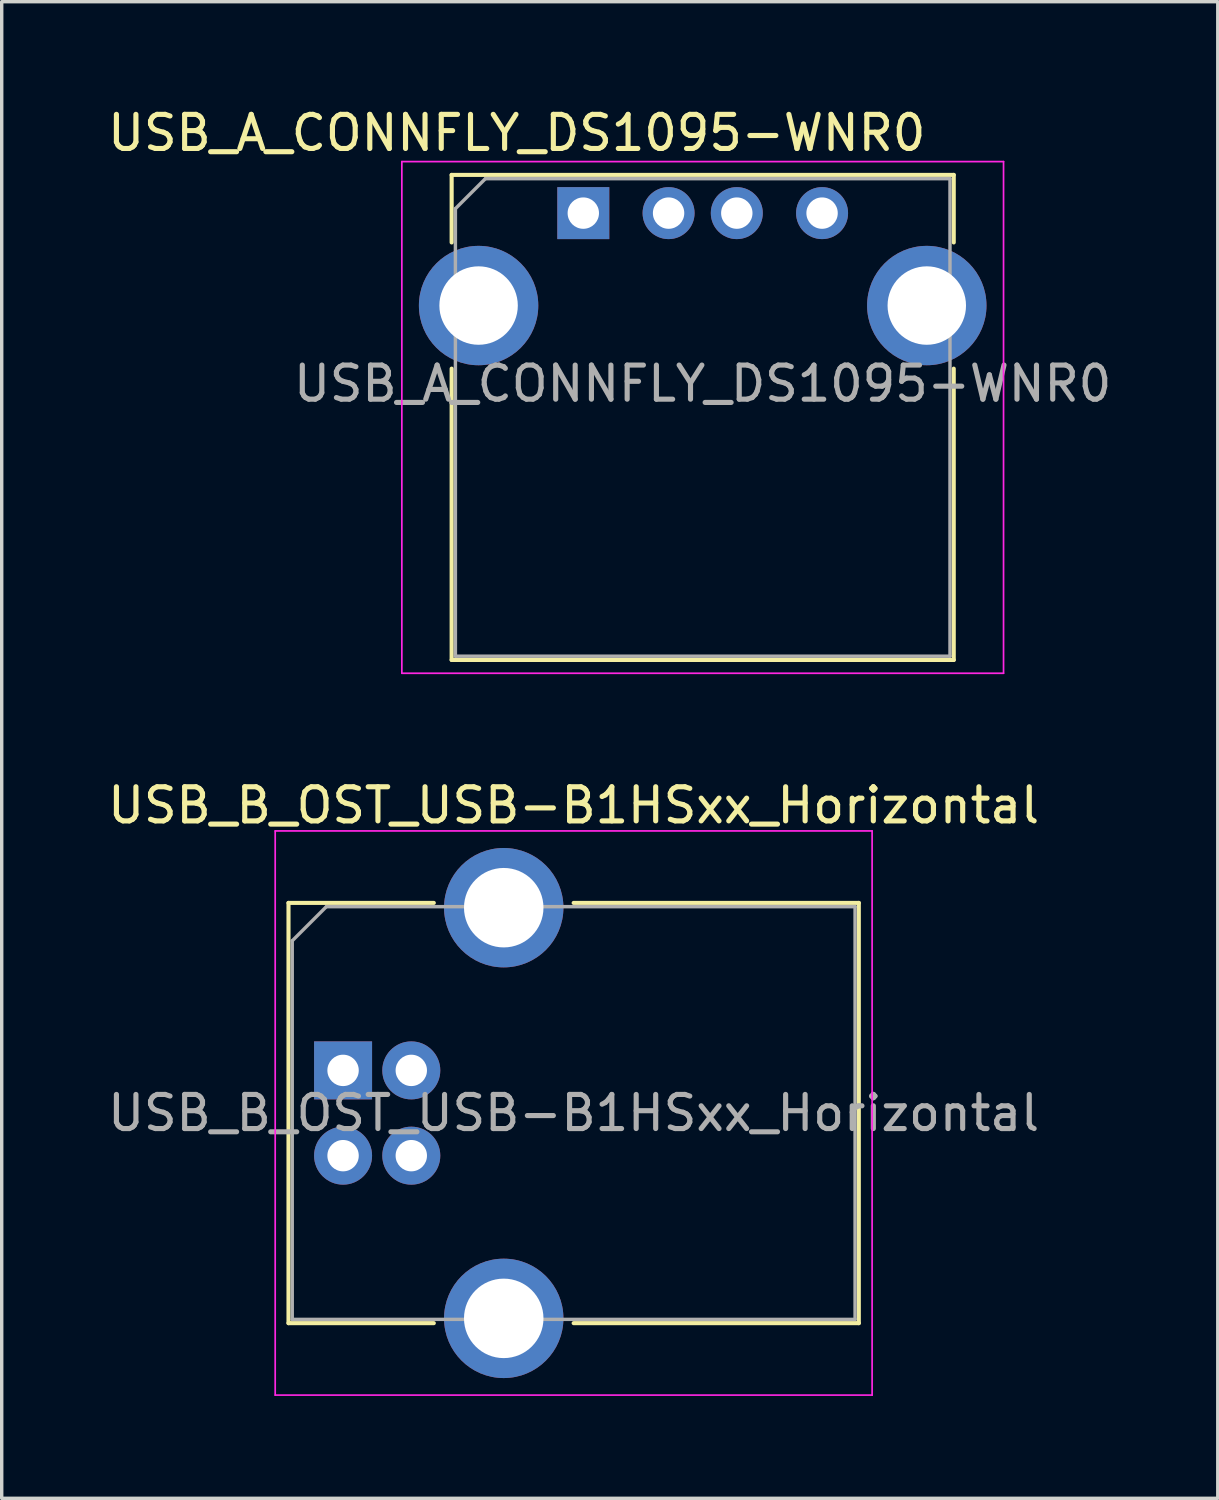
<source format=kicad_pcb>
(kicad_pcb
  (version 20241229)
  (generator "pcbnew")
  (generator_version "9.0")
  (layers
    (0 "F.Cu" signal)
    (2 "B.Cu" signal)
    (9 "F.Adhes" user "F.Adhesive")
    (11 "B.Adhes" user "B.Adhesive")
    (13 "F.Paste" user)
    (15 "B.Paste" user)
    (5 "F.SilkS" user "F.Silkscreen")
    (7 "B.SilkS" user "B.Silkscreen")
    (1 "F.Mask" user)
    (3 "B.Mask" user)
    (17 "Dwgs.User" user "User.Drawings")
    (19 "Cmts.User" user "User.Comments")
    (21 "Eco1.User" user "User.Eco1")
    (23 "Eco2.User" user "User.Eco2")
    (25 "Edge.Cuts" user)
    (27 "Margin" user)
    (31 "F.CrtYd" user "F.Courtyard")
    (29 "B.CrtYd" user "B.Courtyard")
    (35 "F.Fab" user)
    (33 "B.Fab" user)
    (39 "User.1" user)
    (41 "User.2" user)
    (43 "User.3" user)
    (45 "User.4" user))
  (footprint "USB_A_CONNFLY_DS1095-WNR0"
    (layer "F.Cu")
    (at 14.051 3.198)
    (property "Reference" "USB_A_CONNFLY_DS1095-WNR0" (at -1.95 -2.35 0) (layer "F.SilkS") (effects (font (size 1 1) (thickness 0.15))))
    (attr through_hole)
    (fp_line (start -3.86 -1.12) (end -3.86 0.86) (stroke (width 0.12) (type solid)) (layer "F.SilkS"))
    (fp_line (start -3.86 -1.12) (end 10.86 -1.12) (stroke (width 0.12) (type solid)) (layer "F.SilkS"))
    (fp_line (start -3.86 4.56) (end -3.86 13.1) (stroke (width 0.12) (type solid)) (layer "F.SilkS"))
    (fp_line (start -3.86 13.1) (end 10.86 13.1) (stroke (width 0.12) (type solid)) (layer "F.SilkS"))
    (fp_line (start 10.86 0.86) (end 10.86 -1.12) (stroke (width 0.12) (type solid)) (layer "F.SilkS"))
    (fp_line (start 10.86 4.56) (end 10.86 13.1) (stroke (width 0.12) (type solid)) (layer "F.SilkS"))
    (fp_line (start -5.32 -1.51) (end -5.32 13.49) (stroke (width 0.05) (type solid)) (layer "F.CrtYd"))
    (fp_line (start -5.32 -1.51) (end 12.32 -1.51) (stroke (width 0.05) (type solid)) (layer "F.CrtYd"))
    (fp_line (start 12.32 -1.51) (end 12.32 13.49) (stroke (width 0.05) (type solid)) (layer "F.CrtYd"))
    (fp_line (start 12.32 13.49) (end -5.32 13.49) (stroke (width 0.05) (type solid)) (layer "F.CrtYd"))
    (fp_line (start -3.75 -0.13) (end -3.75 12.99) (stroke (width 0.1) (type solid)) (layer "F.Fab"))
    (fp_line (start -3.75 12.99) (end 10.75 12.99) (stroke (width 0.1) (type solid)) (layer "F.Fab"))
    (fp_line (start -2.87 -1.01) (end -3.75 -0.13) (stroke (width 0.1) (type solid)) (layer "F.Fab"))
    (fp_line (start -2.87 -1.01) (end 10.75 -1.01) (stroke (width 0.1) (type solid)) (layer "F.Fab"))
    (fp_line (start 10.75 -1.01) (end 10.75 12.99) (stroke (width 0.1) (type solid)) (layer "F.Fab"))
    (fp_text user "${REFERENCE}" (at 3.5 5 0) (layer "F.Fab") (effects (font (size 1 1) (thickness 0.15))))
    (pad "1" thru_hole rect (at 0 0) (size 1.524 1.524) (drill 0.92) (layers "*.Cu" "*.Mask"))
    (pad "2" thru_hole circle (at 2.5 0) (size 1.524 1.524) (drill 0.92) (layers "*.Cu" "*.Mask"))
    (pad "3" thru_hole circle (at 4.5 0) (size 1.524 1.524) (drill 0.92) (layers "*.Cu" "*.Mask"))
    (pad "4" thru_hole circle (at 7 0) (size 1.524 1.524) (drill 0.92) (layers "*.Cu" "*.Mask"))
    (pad "5" thru_hole circle (at -3.07 2.71) (size 3.5 3.5) (drill 2.3) (layers "*.Cu" "*.Mask"))
    (pad "5" thru_hole circle (at 10.07 2.71) (size 3.5 3.5) (drill 2.3) (layers "*.Cu" "*.Mask")))
  (footprint "USB_B_OST_USB-B1HSxx_Horizontal"
    (layer "F.Cu")
    (at 7.008 28.331)
    (property "Reference" "USB_B_OST_USB-B1HSxx_Horizontal" (at 6.76 -7.77 0) (layer "F.SilkS") (effects (font (size 1 1) (thickness 0.15))))
    (attr through_hole)
    (fp_line (start -1.6 -4.91) (end -1.6 7.41) (stroke (width 0.12) (type solid)) (layer "F.SilkS"))
    (fp_line (start -1.6 7.41) (end 2.66 7.41) (stroke (width 0.12) (type solid)) (layer "F.SilkS"))
    (fp_line (start 2.66 -4.91) (end -1.6 -4.91) (stroke (width 0.12) (type solid)) (layer "F.SilkS"))
    (fp_line (start 6.76 -4.91) (end 15.12 -4.91) (stroke (width 0.12) (type solid)) (layer "F.SilkS"))
    (fp_line (start 15.12 -4.91) (end 15.12 7.41) (stroke (width 0.12) (type solid)) (layer "F.SilkS"))
    (fp_line (start 15.12 7.41) (end 6.76 7.41) (stroke (width 0.12) (type solid)) (layer "F.SilkS"))
    (fp_line (start -1.99 -7.02) (end -1.99 9.52) (stroke (width 0.05) (type solid)) (layer "F.CrtYd"))
    (fp_line (start -1.99 9.52) (end 15.51 9.52) (stroke (width 0.05) (type solid)) (layer "F.CrtYd"))
    (fp_line (start 15.51 -7.02) (end -1.99 -7.02) (stroke (width 0.05) (type solid)) (layer "F.CrtYd"))
    (fp_line (start 15.51 9.52) (end 15.51 -7.02) (stroke (width 0.05) (type solid)) (layer "F.CrtYd"))
    (fp_line (start -1.49 -3.8) (end -0.49 -4.8) (stroke (width 0.1) (type solid)) (layer "F.Fab"))
    (fp_line (start -1.49 7.3) (end -1.49 -3.8) (stroke (width 0.1) (type solid)) (layer "F.Fab"))
    (fp_line (start -0.49 -4.8) (end 15.01 -4.8) (stroke (width 0.1) (type solid)) (layer "F.Fab"))
    (fp_line (start 15.01 -4.8) (end 15.01 7.3) (stroke (width 0.1) (type solid)) (layer "F.Fab"))
    (fp_line (start 15.01 7.3) (end -1.49 7.3) (stroke (width 0.1) (type solid)) (layer "F.Fab"))
    (fp_text user "${REFERENCE}" (at 6.76 1.25 0) (layer "F.Fab") (effects (font (size 1 1) (thickness 0.15))))
    (pad "1" thru_hole rect (at 0 0) (size 1.7 1.7) (drill 0.92) (layers "*.Cu" "*.Mask"))
    (pad "2" thru_hole circle (at 0 2.5) (size 1.7 1.7) (drill 0.92) (layers "*.Cu" "*.Mask"))
    (pad "3" thru_hole circle (at 2 2.5) (size 1.7 1.7) (drill 0.92) (layers "*.Cu" "*.Mask"))
    (pad "4" thru_hole circle (at 2 0) (size 1.7 1.7) (drill 0.92) (layers "*.Cu" "*.Mask"))
    (pad "5" thru_hole circle (at 4.71 -4.77) (size 3.5 3.5) (drill 2.33) (layers "*.Cu" "*.Mask"))
    (pad "5" thru_hole circle (at 4.71 7.27) (size 3.5 3.5) (drill 2.33) (layers "*.Cu" "*.Mask")))
  (gr_rect
    (start -3 -3)
    (end 32.652 40.877)
    (stroke (width 0.1) (type default))
    (fill no)
    (layer "Edge.Cuts")))
</source>
